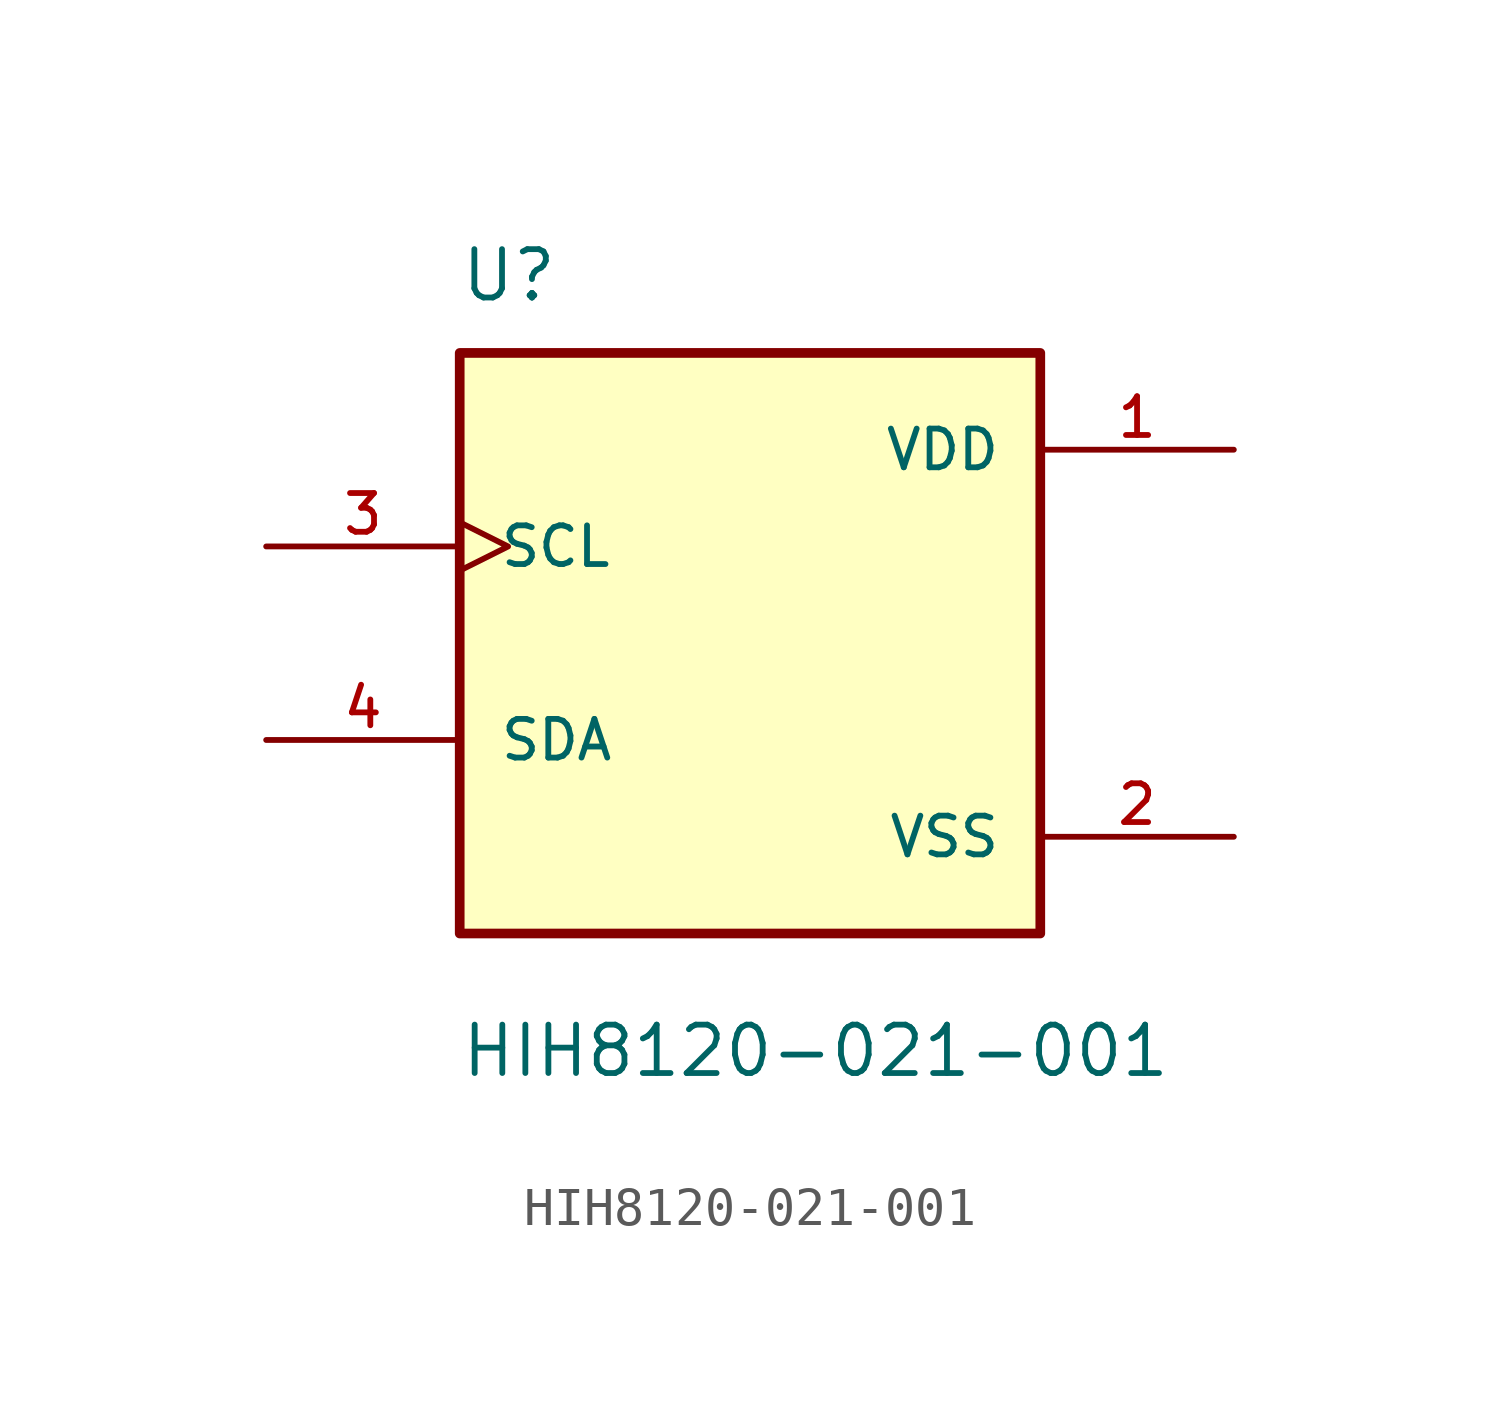
<source format=kicad_sym>
(kicad_symbol_lib
  (version 20211014)
  (generator kicad_symbol_editor)
  (symbol "HIH8120-021-001"
    (pin_names
      (offset 1.016))
    (property "Reference" "U"
      (at -7.638 8.911 0)
      (effects (font (size 1.27 1.27)) (justify bottom left)))
    (property "Value" "HIH8120-021-001"
      (at -7.63 -11.445 0)
      (effects (font (size 1.27 1.27)) (justify bottom left)))
    (symbol "HIH8120-021-001_0_0"
      (rectangle (start -7.62 -7.62) (end 7.62 7.62) (stroke (width 0.254)) (fill (type background)))
      (pin input clock (at -12.7 2.54 0) (length 5.08) (name "SCL" (effects (font (size 1.016 1.016)))) (number "3" (effects (font (size 1.016 1.016)))))
      (pin bidirectional line (at -12.7 -2.54 0) (length 5.08) (name "SDA" (effects (font (size 1.016 1.016)))) (number "4" (effects (font (size 1.016 1.016)))))
      (pin power_in line (at 12.7 5.08 180.0) (length 5.08) (name "VDD" (effects (font (size 1.016 1.016)))) (number "1" (effects (font (size 1.016 1.016)))))
      (pin power_in line (at 12.7 -5.08 180.0) (length 5.08) (name "VSS" (effects (font (size 1.016 1.016)))) (number "2" (effects (font (size 1.016 1.016))))))))
</source>
